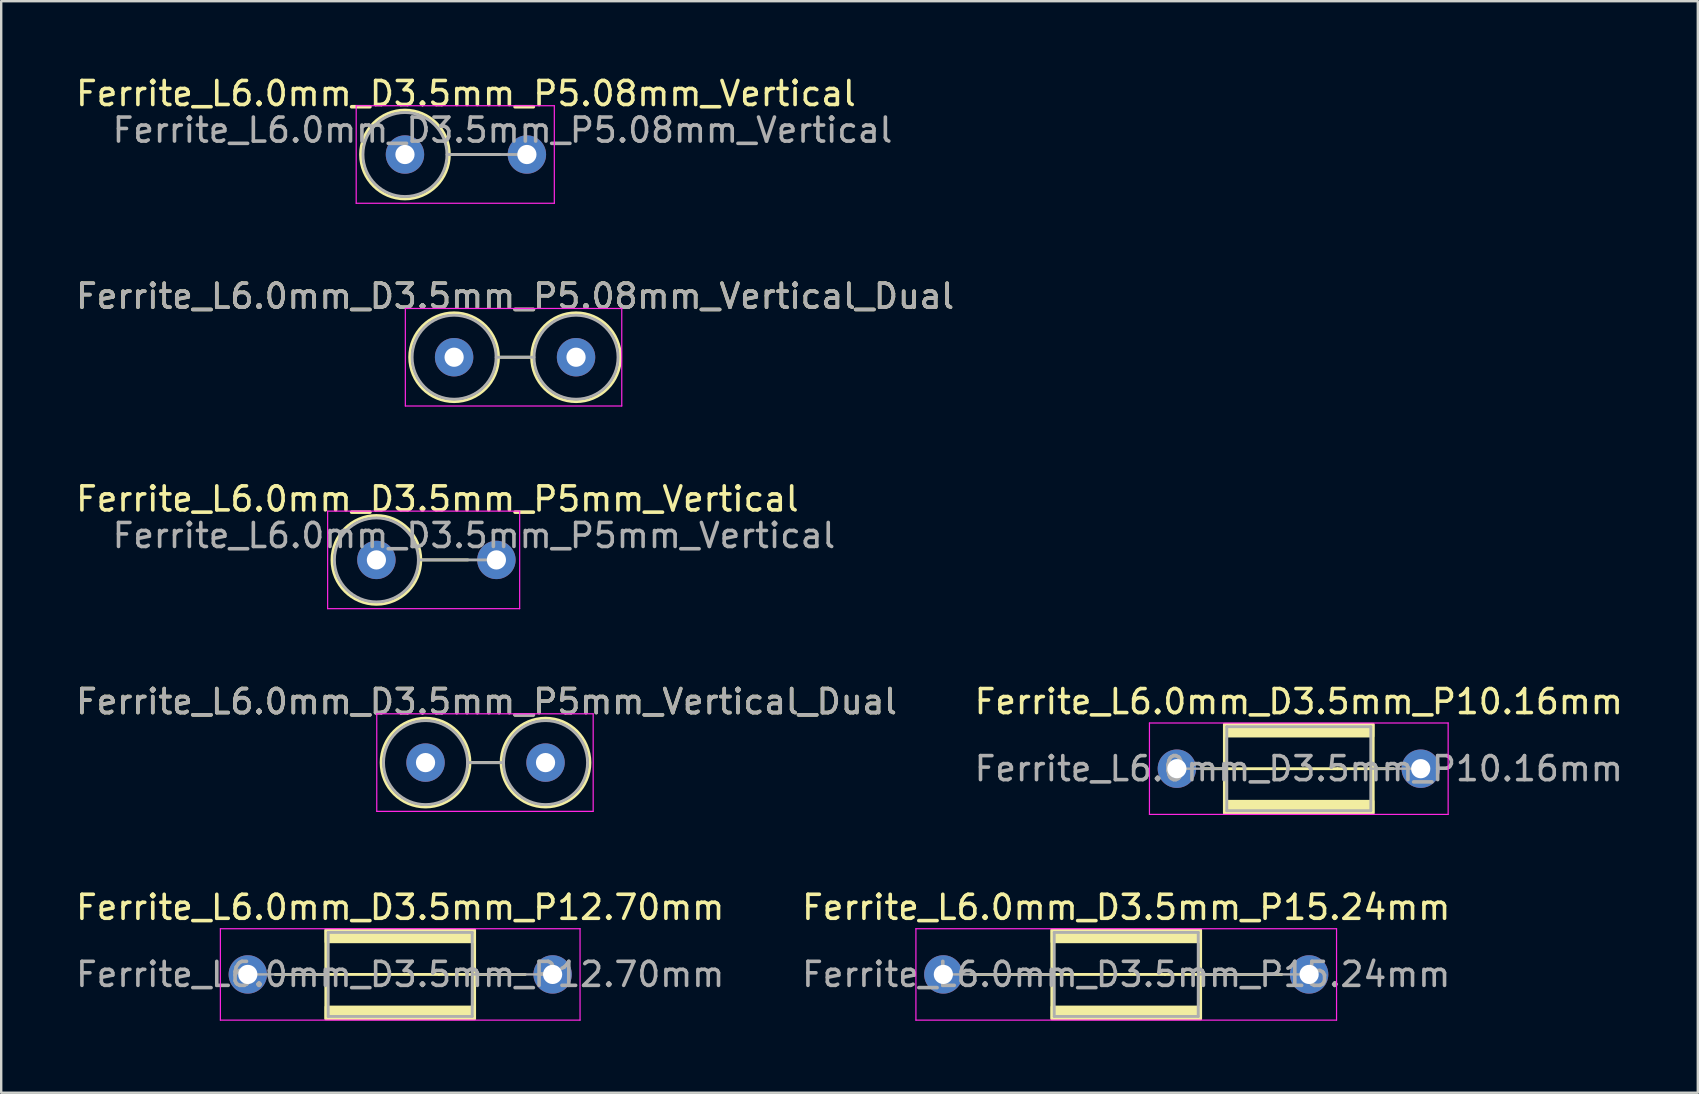
<source format=kicad_pcb>
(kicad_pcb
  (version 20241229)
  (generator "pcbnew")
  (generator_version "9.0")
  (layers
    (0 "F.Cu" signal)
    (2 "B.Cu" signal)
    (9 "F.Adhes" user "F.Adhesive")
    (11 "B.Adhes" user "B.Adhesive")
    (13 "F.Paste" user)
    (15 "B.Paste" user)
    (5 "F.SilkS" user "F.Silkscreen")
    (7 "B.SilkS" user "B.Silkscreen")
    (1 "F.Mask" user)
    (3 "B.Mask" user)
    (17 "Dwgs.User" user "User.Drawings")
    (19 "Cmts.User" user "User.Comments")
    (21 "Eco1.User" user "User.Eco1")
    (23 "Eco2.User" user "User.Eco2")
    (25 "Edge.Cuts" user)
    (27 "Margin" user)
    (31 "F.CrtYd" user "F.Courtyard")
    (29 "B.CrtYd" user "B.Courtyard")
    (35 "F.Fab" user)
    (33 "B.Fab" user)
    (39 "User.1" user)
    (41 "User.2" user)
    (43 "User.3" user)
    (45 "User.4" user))
  (footprint "Ferrite_L6.0mm_D3.5mm_P5.08mm_Vertical"
    (layer "F.Cu")
    (at 13.823 3.388)
    (property "Reference" "Ferrite_L6.0mm_D3.5mm_P5.08mm_Vertical" (at 2.54 -2.54 0) (layer "F.SilkS") (effects (font (size 1 1) (thickness 0.15))))
    (fp_line (start 1.85 0) (end 3.937 0) (stroke (width 0.12) (type solid)) (layer "F.SilkS"))
    (fp_circle (center 0 0) (end 0 -1.85) (stroke (width 0.12) (type solid)) (fill no) (layer "F.SilkS"))
    (fp_line (start -2.032 -2.032) (end 6.223 -2.032) (stroke (width 0.05) (type solid)) (layer "F.CrtYd"))
    (fp_line (start -2.032 2.032) (end -2.032 -2.032) (stroke (width 0.05) (type solid)) (layer "F.CrtYd"))
    (fp_line (start 6.223 -2.032) (end 6.223 2.032) (stroke (width 0.05) (type solid)) (layer "F.CrtYd"))
    (fp_line (start 6.223 2.032) (end -2.032 2.032) (stroke (width 0.05) (type solid)) (layer "F.CrtYd"))
    (fp_line (start 1.75 0) (end 5.08 0) (stroke (width 0.12) (type solid)) (layer "F.Fab"))
    (fp_circle (center 0 0) (end 0 -1.75) (stroke (width 0.12) (type solid)) (fill no) (layer "F.Fab"))
    (fp_text user "${REFERENCE}" (at 4.064 -1.016 0) (layer "F.Fab") (effects (font (size 1 1) (thickness 0.15))))
    (pad "1" thru_hole circle (at 0 0) (size 1.6 1.6) (drill 0.8) (layers "*.Cu" "*.Mask"))
    (pad "2" thru_hole circle (at 5.08 0) (size 1.6 1.6) (drill 0.8) (layers "*.Cu" "*.Mask")))
  (footprint "Ferrite_L6.0mm_D3.5mm_P5mm_Vertical_Dual"
    (layer "F.Cu")
    (at 14.68 28.724)
    (property "Reference" "Ferrite_L6.0mm_D3.5mm_P5mm_Vertical_Dual" (at 2.54 -2.54 0) (layer "F.SilkS") (effects (font (size 1 1) (thickness 0.15))))
    (fp_line (start 1.85 0) (end 3.15 0) (stroke (width 0.12) (type solid)) (layer "F.SilkS"))
    (fp_circle (center 0 0) (end 0 -1.85) (stroke (width 0.12) (type solid)) (fill no) (layer "F.SilkS"))
    (fp_circle (center 5 0) (end 5 -1.85) (stroke (width 0.12) (type solid)) (fill no) (layer "F.SilkS"))
    (fp_line (start -2.032 -2.032) (end 6.985 -2.032) (stroke (width 0.05) (type solid)) (layer "F.CrtYd"))
    (fp_line (start -2.032 2.032) (end -2.032 -2.032) (stroke (width 0.05) (type solid)) (layer "F.CrtYd"))
    (fp_line (start 6.985 -2.032) (end 6.985 2.032) (stroke (width 0.05) (type solid)) (layer "F.CrtYd"))
    (fp_line (start 6.985 2.032) (end -2.032 2.032) (stroke (width 0.05) (type solid)) (layer "F.CrtYd"))
    (fp_line (start 1.75 0) (end 3.25 0) (stroke (width 0.12) (type solid)) (layer "F.Fab"))
    (fp_circle (center 0 0) (end 0 -1.75) (stroke (width 0.12) (type solid)) (fill no) (layer "F.Fab"))
    (fp_circle (center 5 0) (end 5 -1.75) (stroke (width 0.12) (type solid)) (fill no) (layer "F.Fab"))
    (fp_text user "${REFERENCE}" (at 2.54 -2.539 0) (layer "F.Fab") (effects (font (size 1 1) (thickness 0.15))))
    (pad "1" thru_hole circle (at 0 0) (size 1.6 1.6) (drill 0.8) (layers "*.Cu" "*.Mask"))
    (pad "2" thru_hole circle (at 5 0) (size 1.6 1.6) (drill 0.8) (layers "*.Cu" "*.Mask")))
  (footprint "Ferrite_L6.0mm_D3.5mm_P5mm_Vertical"
    (layer "F.Cu")
    (at 12.633 20.279)
    (property "Reference" "Ferrite_L6.0mm_D3.5mm_P5mm_Vertical" (at 2.54 -2.54 0) (layer "F.SilkS") (effects (font (size 1 1) (thickness 0.15))))
    (fp_line (start 1.85 0) (end 3.81 0) (stroke (width 0.12) (type solid)) (layer "F.SilkS"))
    (fp_circle (center 0 0) (end 0 -1.85) (stroke (width 0.12) (type solid)) (fill no) (layer "F.SilkS"))
    (fp_line (start -2.032 -2.032) (end 5.969 -2.032) (stroke (width 0.05) (type solid)) (layer "F.CrtYd"))
    (fp_line (start -2.032 2.032) (end -2.032 -2.032) (stroke (width 0.05) (type solid)) (layer "F.CrtYd"))
    (fp_line (start 5.969 -2.032) (end 5.969 2.032) (stroke (width 0.05) (type solid)) (layer "F.CrtYd"))
    (fp_line (start 5.969 2.032) (end -2.032 2.032) (stroke (width 0.05) (type solid)) (layer "F.CrtYd"))
    (fp_line (start 1.75 0) (end 5 0) (stroke (width 0.12) (type solid)) (layer "F.Fab"))
    (fp_circle (center 0 0) (end 0 -1.75) (stroke (width 0.12) (type solid)) (fill no) (layer "F.Fab"))
    (fp_text user "${REFERENCE}" (at 4.064 -1.016 0) (layer "F.Fab") (effects (font (size 1 1) (thickness 0.15))))
    (pad "1" thru_hole circle (at 0 0) (size 1.6 1.6) (drill 0.8) (layers "*.Cu" "*.Mask"))
    (pad "2" thru_hole circle (at 5 0) (size 1.6 1.6) (drill 0.8) (layers "*.Cu" "*.Mask")))
  (footprint "Ferrite_L6.0mm_D3.5mm_P15.24mm"
    (layer "F.Cu")
    (at 36.255 37.55)
    (property "Reference" "Ferrite_L6.0mm_D3.5mm_P15.24mm" (at 7.62 -2.794 0) (layer "F.SilkS") (effects (font (size 1 1) (thickness 0.15))))
    (fp_line (start 9.234 0.000002) (end 1.143 0) (stroke (width 0.12) (type solid)) (layer "F.SilkS"))
    (fp_line (start 9.234 0.000002) (end 14.097 0) (stroke (width 0.12) (type solid)) (layer "F.SilkS"))
    (fp_rect (start 4.52 -1.85) (end 10.72 1.85) (stroke (width 0.12) (type solid)) (fill no) (layer "F.SilkS"))
    (fp_poly (pts (xy 4.52 1.35) (xy 10.72 1.35) (xy 10.72 1.85) (xy 4.52 1.85)) (stroke (width 0.1) (type solid)) (fill yes) (layer "F.SilkS"))
    (fp_poly (pts (xy 10.72 -1.35) (xy 4.52 -1.35) (xy 4.52 -1.85) (xy 10.72 -1.85)) (stroke (width 0.1) (type solid)) (fill yes) (layer "F.SilkS"))
    (fp_line (start -1.143 -1.905) (end 16.383 -1.905) (stroke (width 0.05) (type solid)) (layer "F.CrtYd"))
    (fp_line (start -1.143 1.905) (end -1.143 -1.905) (stroke (width 0.05) (type solid)) (layer "F.CrtYd"))
    (fp_line (start 16.383 -1.905) (end 16.383 1.905) (stroke (width 0.05) (type solid)) (layer "F.CrtYd"))
    (fp_line (start 16.383 1.905) (end -1.143 1.905) (stroke (width 0.05) (type solid)) (layer "F.CrtYd"))
    (fp_line (start 4.62 -1.75) (end 10.62 -1.75) (stroke (width 0.12) (type solid)) (layer "F.Fab"))
    (fp_line (start 4.62 0) (end 0 0) (stroke (width 0.1) (type solid)) (layer "F.Fab"))
    (fp_line (start 4.62 1.75) (end 4.62 -1.75) (stroke (width 0.12) (type solid)) (layer "F.Fab"))
    (fp_line (start 10.62 -1.75) (end 10.62 1.75) (stroke (width 0.12) (type solid)) (layer "F.Fab"))
    (fp_line (start 10.62 1.75) (end 4.62 1.75) (stroke (width 0.12) (type solid)) (layer "F.Fab"))
    (fp_line (start 15.24 0) (end 10.62 0) (stroke (width 0.1) (type solid)) (layer "F.Fab"))
    (fp_text user "${REFERENCE}" (at 7.62 0 0) (layer "F.Fab") (effects (font (size 1 1) (thickness 0.15))))
    (pad "1" thru_hole circle (at 0 0) (size 1.6 1.6) (drill 0.8) (layers "*.Cu" "*.Mask"))
    (pad "2" thru_hole circle (at 15.24 0) (size 1.6 1.6) (drill 0.8) (layers "*.Cu" "*.Mask")))
  (footprint "Ferrite_L6.0mm_D3.5mm_P12.70mm"
    (layer "F.Cu")
    (at 7.275 37.55)
    (property "Reference" "Ferrite_L6.0mm_D3.5mm_P12.70mm" (at 6.35 -2.794 0) (layer "F.SilkS") (effects (font (size 1 1) (thickness 0.15))))
    (fp_line (start 7.964 0.000002) (end 1.143 0) (stroke (width 0.12) (type solid)) (layer "F.SilkS"))
    (fp_line (start 7.964 0.000002) (end 11.557 0) (stroke (width 0.12) (type solid)) (layer "F.SilkS"))
    (fp_rect (start 3.25 -1.85) (end 9.45 1.85) (stroke (width 0.12) (type solid)) (fill no) (layer "F.SilkS"))
    (fp_poly (pts (xy 3.25 1.35) (xy 9.45 1.35) (xy 9.45 1.85) (xy 3.25 1.85)) (stroke (width 0.1) (type solid)) (fill yes) (layer "F.SilkS"))
    (fp_poly (pts (xy 9.45 -1.35) (xy 3.25 -1.35) (xy 3.25 -1.85) (xy 9.45 -1.85)) (stroke (width 0.1) (type solid)) (fill yes) (layer "F.SilkS"))
    (fp_line (start -1.143 -1.905) (end 13.843 -1.905) (stroke (width 0.05) (type solid)) (layer "F.CrtYd"))
    (fp_line (start -1.143 1.905) (end -1.143 -1.905) (stroke (width 0.05) (type solid)) (layer "F.CrtYd"))
    (fp_line (start 13.843 -1.905) (end 13.843 1.905) (stroke (width 0.05) (type solid)) (layer "F.CrtYd"))
    (fp_line (start 13.843 1.905) (end -1.143 1.905) (stroke (width 0.05) (type solid)) (layer "F.CrtYd"))
    (fp_line (start 0 0) (end 3.35 0) (stroke (width 0.1) (type solid)) (layer "F.Fab"))
    (fp_line (start 3.35 -1.75) (end 9.35 -1.75) (stroke (width 0.12) (type solid)) (layer "F.Fab"))
    (fp_line (start 3.35 1.75) (end 3.35 -1.75) (stroke (width 0.12) (type solid)) (layer "F.Fab"))
    (fp_line (start 9.35 -1.75) (end 9.35 1.75) (stroke (width 0.12) (type solid)) (layer "F.Fab"))
    (fp_line (start 9.35 1.75) (end 3.35 1.75) (stroke (width 0.12) (type solid)) (layer "F.Fab"))
    (fp_line (start 12.7 0) (end 9.35 0) (stroke (width 0.1) (type solid)) (layer "F.Fab"))
    (fp_text user "${REFERENCE}" (at 6.35 0 0) (layer "F.Fab") (effects (font (size 1 1) (thickness 0.15))))
    (pad "1" thru_hole circle (at 0 0) (size 1.6 1.6) (drill 0.8) (layers "*.Cu" "*.Mask"))
    (pad "2" thru_hole circle (at 12.7 0) (size 1.6 1.6) (drill 0.8) (layers "*.Cu" "*.Mask")))
  (footprint "Ferrite_L6.0mm_D3.5mm_P5.08mm_Vertical_Dual"
    (layer "F.Cu")
    (at 15.871 11.834)
    (property "Reference" "Ferrite_L6.0mm_D3.5mm_P5.08mm_Vertical_Dual" (at 2.54 -2.54 0) (layer "F.SilkS") (effects (font (size 1 1) (thickness 0.15))))
    (fp_line (start 1.85 0) (end 3.23 0) (stroke (width 0.12) (type solid)) (layer "F.SilkS"))
    (fp_circle (center 0 0) (end 0 -1.85) (stroke (width 0.12) (type solid)) (fill no) (layer "F.SilkS"))
    (fp_circle (center 5.08 0) (end 5.08 -1.85) (stroke (width 0.12) (type solid)) (fill no) (layer "F.SilkS"))
    (fp_line (start -2.032 -2.032) (end 6.985 -2.032) (stroke (width 0.05) (type solid)) (layer "F.CrtYd"))
    (fp_line (start -2.032 2.032) (end -2.032 -2.032) (stroke (width 0.05) (type solid)) (layer "F.CrtYd"))
    (fp_line (start 6.985 -2.032) (end 6.985 2.032) (stroke (width 0.05) (type solid)) (layer "F.CrtYd"))
    (fp_line (start 6.985 2.032) (end -2.032 2.032) (stroke (width 0.05) (type solid)) (layer "F.CrtYd"))
    (fp_line (start 1.75 0) (end 3.33 0) (stroke (width 0.12) (type solid)) (layer "F.Fab"))
    (fp_circle (center 0 0) (end 0 -1.75) (stroke (width 0.12) (type solid)) (fill no) (layer "F.Fab"))
    (fp_circle (center 5.08 0) (end 5.08 -1.75) (stroke (width 0.12) (type solid)) (fill no) (layer "F.Fab"))
    (fp_text user "${REFERENCE}" (at 2.54 -2.539 0) (layer "F.Fab") (effects (font (size 1 1) (thickness 0.15))))
    (pad "1" thru_hole circle (at 0 0) (size 1.6 1.6) (drill 0.8) (layers "*.Cu" "*.Mask"))
    (pad "2" thru_hole circle (at 5.08 0) (size 1.6 1.6) (drill 0.8) (layers "*.Cu" "*.Mask")))
  (footprint "Ferrite_L6.0mm_D3.5mm_P10.16mm"
    (layer "F.Cu")
    (at 45.985 28.978)
    (property "Reference" "Ferrite_L6.0mm_D3.5mm_P10.16mm" (at 5.08 -2.794 0) (layer "F.SilkS") (effects (font (size 1 1) (thickness 0.15))))
    (fp_line (start 6.694 0.000002) (end 1.143 0) (stroke (width 0.12) (type solid)) (layer "F.SilkS"))
    (fp_line (start 6.694 0.000002) (end 9.017 0) (stroke (width 0.12) (type solid)) (layer "F.SilkS"))
    (fp_rect (start 1.98 -1.85) (end 8.18 1.85) (stroke (width 0.12) (type solid)) (fill no) (layer "F.SilkS"))
    (fp_poly (pts (xy 1.98 1.35) (xy 8.18 1.35) (xy 8.18 1.85) (xy 1.98 1.85)) (stroke (width 0.1) (type solid)) (fill yes) (layer "F.SilkS"))
    (fp_poly (pts (xy 8.18 -1.35) (xy 1.98 -1.35) (xy 1.98 -1.85) (xy 8.18 -1.85)) (stroke (width 0.1) (type solid)) (fill yes) (layer "F.SilkS"))
    (fp_line (start -1.143 -1.905) (end 11.303 -1.905) (stroke (width 0.05) (type solid)) (layer "F.CrtYd"))
    (fp_line (start -1.143 1.905) (end -1.143 -1.905) (stroke (width 0.05) (type solid)) (layer "F.CrtYd"))
    (fp_line (start 11.303 -1.905) (end 11.303 1.905) (stroke (width 0.05) (type solid)) (layer "F.CrtYd"))
    (fp_line (start 11.303 1.905) (end -1.143 1.905) (stroke (width 0.05) (type solid)) (layer "F.CrtYd"))
    (fp_line (start 0 0) (end 2.08 0) (stroke (width 0.1) (type solid)) (layer "F.Fab"))
    (fp_line (start 2.08 -1.75) (end 8.08 -1.75) (stroke (width 0.12) (type solid)) (layer "F.Fab"))
    (fp_line (start 2.08 1.75) (end 2.08 -1.75) (stroke (width 0.12) (type solid)) (layer "F.Fab"))
    (fp_line (start 8.08 -1.75) (end 8.08 1.75) (stroke (width 0.12) (type solid)) (layer "F.Fab"))
    (fp_line (start 8.08 1.75) (end 2.08 1.75) (stroke (width 0.12) (type solid)) (layer "F.Fab"))
    (fp_line (start 10.16 0) (end 8.08 0) (stroke (width 0.1) (type solid)) (layer "F.Fab"))
    (fp_text user "${REFERENCE}" (at 5.08 0 0) (layer "F.Fab") (effects (font (size 1 1) (thickness 0.15))))
    (pad "1" thru_hole circle (at 0 0) (size 1.6 1.6) (drill 0.8) (layers "*.Cu" "*.Mask"))
    (pad "2" thru_hole circle (at 10.16 0) (size 1.6 1.6) (drill 0.8) (layers "*.Cu" "*.Mask")))
  (gr_rect
    (start -3 -3)
    (end 67.69 42.48)
    (stroke (width 0.1) (type default))
    (fill no)
    (layer "Edge.Cuts")))
</source>
